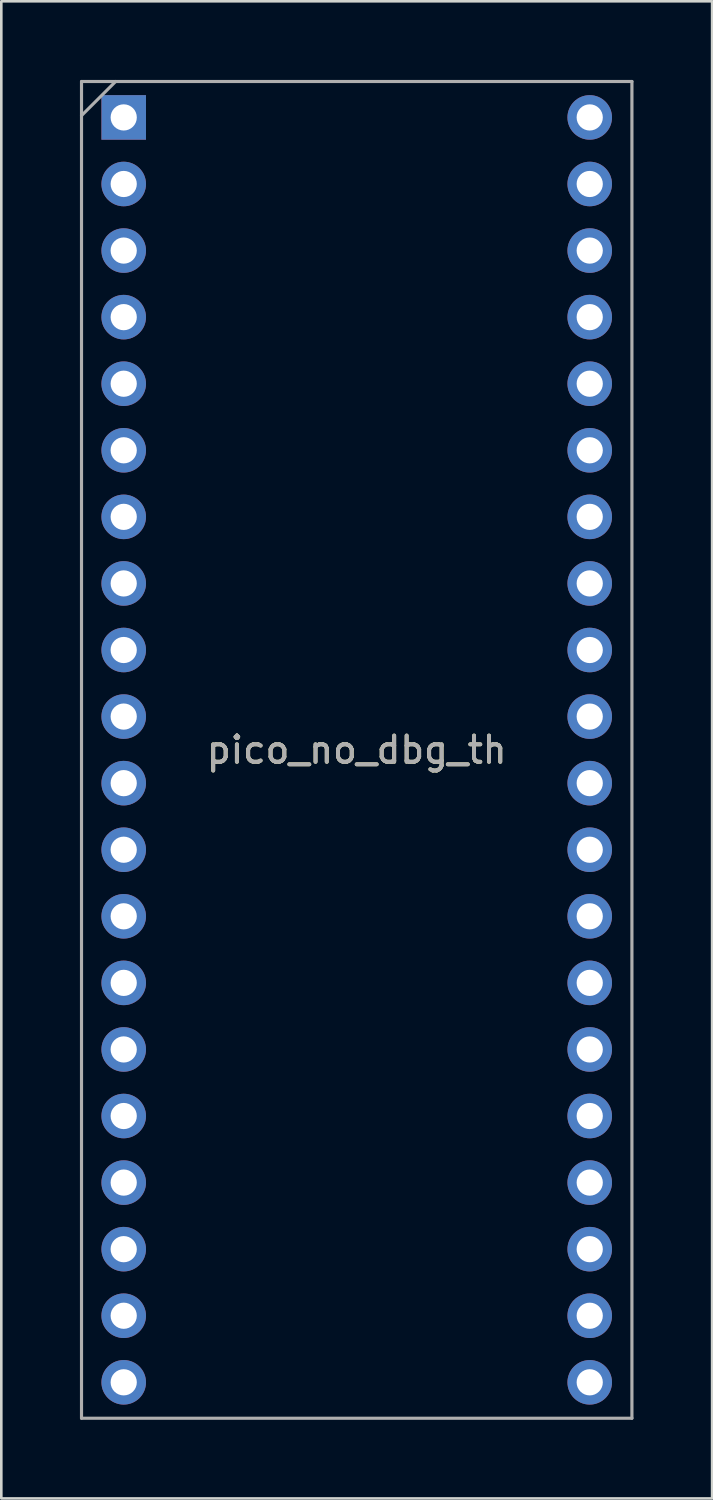
<source format=kicad_pcb>
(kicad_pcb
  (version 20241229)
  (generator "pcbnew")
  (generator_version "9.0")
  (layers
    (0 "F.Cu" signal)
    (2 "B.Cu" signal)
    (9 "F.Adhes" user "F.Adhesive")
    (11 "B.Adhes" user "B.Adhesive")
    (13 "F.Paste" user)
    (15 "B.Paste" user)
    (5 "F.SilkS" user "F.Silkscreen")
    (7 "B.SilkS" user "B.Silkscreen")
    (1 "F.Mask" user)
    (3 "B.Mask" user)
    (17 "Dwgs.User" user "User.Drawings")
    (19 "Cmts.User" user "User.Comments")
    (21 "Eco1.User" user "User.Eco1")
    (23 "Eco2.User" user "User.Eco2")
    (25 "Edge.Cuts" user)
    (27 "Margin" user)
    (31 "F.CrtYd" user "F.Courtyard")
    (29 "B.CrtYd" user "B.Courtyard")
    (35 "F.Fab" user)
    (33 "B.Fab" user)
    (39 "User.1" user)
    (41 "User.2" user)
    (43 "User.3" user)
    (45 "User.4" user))
  (footprint "pico_no_dbg_th"
    (layer "F.Cu")
    (at 10.56 25.56)
    (property "Reference" "pico_no_dbg_th" (at 0 0 0) (layer "F.SilkS") (effects (font (size 1 1) (thickness 0.15))))
    (attr through_hole)
    (fp_line (start -10.5 -25.5) (end 10.5 -25.5) (stroke (width 0.12) (type solid)) (layer "F.Fab"))
    (fp_line (start -10.5 -24.2) (end -9.2 -25.5) (stroke (width 0.12) (type solid)) (layer "F.Fab"))
    (fp_line (start -10.5 25.5) (end -10.5 -25.5) (stroke (width 0.12) (type solid)) (layer "F.Fab"))
    (fp_line (start 10.5 -25.5) (end 10.5 25.5) (stroke (width 0.12) (type solid)) (layer "F.Fab"))
    (fp_line (start 10.5 25.5) (end -10.5 25.5) (stroke (width 0.12) (type solid)) (layer "F.Fab"))
    (fp_text user "${REFERENCE}" (at 0 0 180) (layer "F.Fab") (effects (font (size 1 1) (thickness 0.15))))
    (pad "1" thru_hole rect (at -8.89 -24.13) (size 1.7 1.7) (drill 1) (layers "*.Cu" "*.Mask"))
    (pad "2" thru_hole circle (at -8.89 -21.59) (size 1.7 1.7) (drill 1) (layers "*.Cu" "*.Mask"))
    (pad "3" thru_hole circle (at -8.89 -19.05) (size 1.7 1.7) (drill 1) (layers "*.Cu" "*.Mask"))
    (pad "4" thru_hole circle (at -8.89 -16.51) (size 1.7 1.7) (drill 1) (layers "*.Cu" "*.Mask"))
    (pad "5" thru_hole circle (at -8.89 -13.97) (size 1.7 1.7) (drill 1) (layers "*.Cu" "*.Mask"))
    (pad "6" thru_hole circle (at -8.89 -11.43) (size 1.7 1.7) (drill 1) (layers "*.Cu" "*.Mask"))
    (pad "7" thru_hole circle (at -8.89 -8.89) (size 1.7 1.7) (drill 1) (layers "*.Cu" "*.Mask"))
    (pad "8" thru_hole circle (at -8.89 -6.35) (size 1.7 1.7) (drill 1) (layers "*.Cu" "*.Mask"))
    (pad "9" thru_hole circle (at -8.89 -3.81) (size 1.7 1.7) (drill 1) (layers "*.Cu" "*.Mask"))
    (pad "10" thru_hole circle (at -8.89 -1.27) (size 1.7 1.7) (drill 1) (layers "*.Cu" "*.Mask"))
    (pad "11" thru_hole circle (at -8.89 1.27) (size 1.7 1.7) (drill 1) (layers "*.Cu" "*.Mask"))
    (pad "12" thru_hole circle (at -8.89 3.81) (size 1.7 1.7) (drill 1) (layers "*.Cu" "*.Mask"))
    (pad "13" thru_hole circle (at -8.89 6.35) (size 1.7 1.7) (drill 1) (layers "*.Cu" "*.Mask"))
    (pad "14" thru_hole circle (at -8.89 8.89) (size 1.7 1.7) (drill 1) (layers "*.Cu" "*.Mask"))
    (pad "15" thru_hole circle (at -8.89 11.43) (size 1.7 1.7) (drill 1) (layers "*.Cu" "*.Mask"))
    (pad "16" thru_hole circle (at -8.89 13.97) (size 1.7 1.7) (drill 1) (layers "*.Cu" "*.Mask"))
    (pad "17" thru_hole circle (at -8.89 16.51) (size 1.7 1.7) (drill 1) (layers "*.Cu" "*.Mask"))
    (pad "18" thru_hole circle (at -8.89 19.05) (size 1.7 1.7) (drill 1) (layers "*.Cu" "*.Mask"))
    (pad "19" thru_hole circle (at -8.89 21.59) (size 1.7 1.7) (drill 1) (layers "*.Cu" "*.Mask"))
    (pad "20" thru_hole circle (at -8.89 24.13) (size 1.7 1.7) (drill 1) (layers "*.Cu" "*.Mask"))
    (pad "21" thru_hole circle (at 8.89 24.13) (size 1.7 1.7) (drill 1) (layers "*.Cu" "*.Mask"))
    (pad "22" thru_hole circle (at 8.89 21.59) (size 1.7 1.7) (drill 1) (layers "*.Cu" "*.Mask"))
    (pad "23" thru_hole circle (at 8.89 19.05) (size 1.7 1.7) (drill 1) (layers "*.Cu" "*.Mask"))
    (pad "24" thru_hole circle (at 8.89 16.51) (size 1.7 1.7) (drill 1) (layers "*.Cu" "*.Mask"))
    (pad "25" thru_hole circle (at 8.89 13.97) (size 1.7 1.7) (drill 1) (layers "*.Cu" "*.Mask"))
    (pad "26" thru_hole circle (at 8.89 11.43) (size 1.7 1.7) (drill 1) (layers "*.Cu" "*.Mask"))
    (pad "27" thru_hole circle (at 8.89 8.89) (size 1.7 1.7) (drill 1) (layers "*.Cu" "*.Mask"))
    (pad "28" thru_hole circle (at 8.89 6.35) (size 1.7 1.7) (drill 1) (layers "*.Cu" "*.Mask"))
    (pad "29" thru_hole circle (at 8.89 3.81) (size 1.7 1.7) (drill 1) (layers "*.Cu" "*.Mask"))
    (pad "30" thru_hole circle (at 8.89 1.27) (size 1.7 1.7) (drill 1) (layers "*.Cu" "*.Mask"))
    (pad "31" thru_hole circle (at 8.89 -1.27) (size 1.7 1.7) (drill 1) (layers "*.Cu" "*.Mask"))
    (pad "32" thru_hole circle (at 8.89 -3.81) (size 1.7 1.7) (drill 1) (layers "*.Cu" "*.Mask"))
    (pad "33" thru_hole circle (at 8.89 -6.35) (size 1.7 1.7) (drill 1) (layers "*.Cu" "*.Mask"))
    (pad "34" thru_hole circle (at 8.89 -8.89) (size 1.7 1.7) (drill 1) (layers "*.Cu" "*.Mask"))
    (pad "35" thru_hole circle (at 8.89 -11.43) (size 1.7 1.7) (drill 1) (layers "*.Cu" "*.Mask"))
    (pad "36" thru_hole circle (at 8.89 -13.97) (size 1.7 1.7) (drill 1) (layers "*.Cu" "*.Mask"))
    (pad "37" thru_hole circle (at 8.89 -16.51) (size 1.7 1.7) (drill 1) (layers "*.Cu" "*.Mask"))
    (pad "38" thru_hole circle (at 8.89 -19.05) (size 1.7 1.7) (drill 1) (layers "*.Cu" "*.Mask"))
    (pad "39" thru_hole circle (at 8.89 -21.59) (size 1.7 1.7) (drill 1) (layers "*.Cu" "*.Mask"))
    (pad "40" thru_hole circle (at 8.89 -24.13) (size 1.7 1.7) (drill 1) (layers "*.Cu" "*.Mask")))
  (gr_rect
    (start -3 -3)
    (end 24.12 54.12)
    (stroke (width 0.1) (type default))
    (fill no)
    (layer "Edge.Cuts")))
</source>
